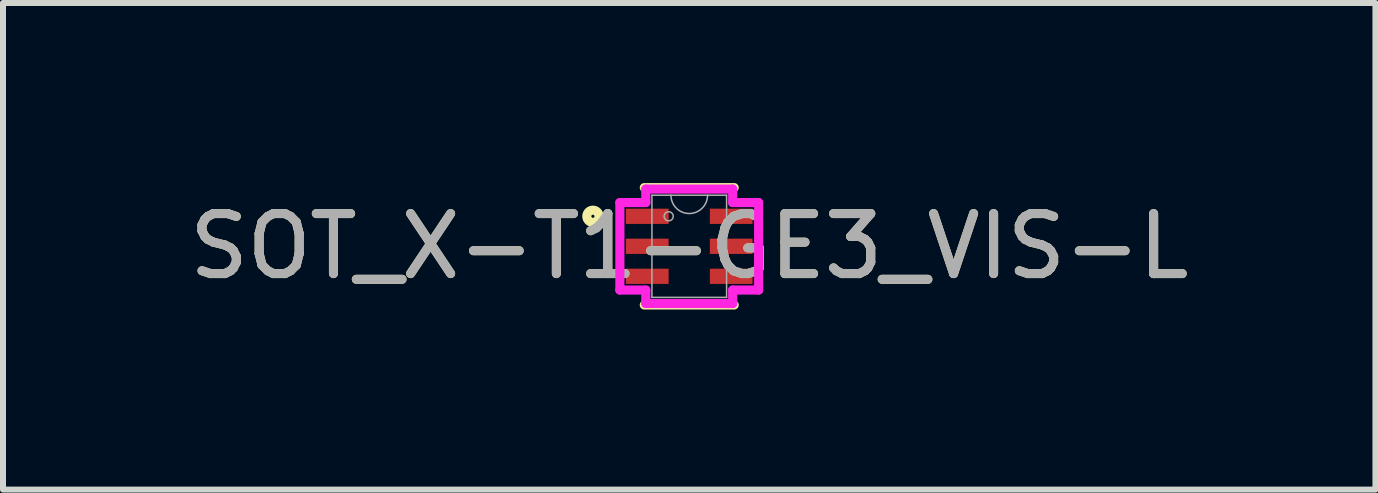
<source format=kicad_pcb>
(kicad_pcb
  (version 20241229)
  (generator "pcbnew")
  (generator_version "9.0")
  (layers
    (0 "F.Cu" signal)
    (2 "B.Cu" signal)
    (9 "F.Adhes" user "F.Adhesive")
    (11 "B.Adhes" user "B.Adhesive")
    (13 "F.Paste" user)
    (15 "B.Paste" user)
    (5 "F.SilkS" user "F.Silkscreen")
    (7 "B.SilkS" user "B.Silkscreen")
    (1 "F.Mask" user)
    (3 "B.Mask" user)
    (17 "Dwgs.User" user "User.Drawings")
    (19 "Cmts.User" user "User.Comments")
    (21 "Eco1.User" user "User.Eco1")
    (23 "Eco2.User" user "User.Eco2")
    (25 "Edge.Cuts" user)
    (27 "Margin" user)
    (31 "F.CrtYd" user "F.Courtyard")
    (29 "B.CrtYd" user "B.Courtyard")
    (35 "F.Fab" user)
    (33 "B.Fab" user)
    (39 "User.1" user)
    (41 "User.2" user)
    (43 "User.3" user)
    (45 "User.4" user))
  (footprint "SOT_X-T1-GE3_VIS-L"
    (layer "F.Cu")
    (at 8.435 1.054)
    (property "Reference" "SOT_X-T1-GE3_VIS-L" (at 0 0 0) (unlocked yes) (layer "F.SilkS") (effects (font (size 1 1) (thickness 0.15))))
    (attr smd)
    (fp_line (start -0.749 0.978) (end 0.749 0.978) (stroke (width 0.152) (type solid)) (layer "F.SilkS"))
    (fp_line (start 0.749 -0.978) (end -0.749 -0.978) (stroke (width 0.152) (type solid)) (layer "F.SilkS"))
    (fp_circle (center -1.605 -0.5) (end -1.503 -0.5) (stroke (width 0.152) (type solid)) (fill no) (layer "F.SilkS"))
    (fp_line (start -1.156 -0.729) (end -0.724 -0.729) (stroke (width 0.152) (type solid)) (layer "F.CrtYd"))
    (fp_line (start -1.156 0.729) (end -1.156 -0.729) (stroke (width 0.152) (type solid)) (layer "F.CrtYd"))
    (fp_line (start -1.156 0.729) (end -0.724 0.729) (stroke (width 0.152) (type solid)) (layer "F.CrtYd"))
    (fp_line (start -0.724 -0.953) (end 0.724 -0.953) (stroke (width 0.152) (type solid)) (layer "F.CrtYd"))
    (fp_line (start -0.724 -0.729) (end -0.724 -0.953) (stroke (width 0.152) (type solid)) (layer "F.CrtYd"))
    (fp_line (start -0.724 0.953) (end -0.724 0.729) (stroke (width 0.152) (type solid)) (layer "F.CrtYd"))
    (fp_line (start 0.724 -0.953) (end 0.724 -0.729) (stroke (width 0.152) (type solid)) (layer "F.CrtYd"))
    (fp_line (start 0.724 0.729) (end 0.724 0.953) (stroke (width 0.152) (type solid)) (layer "F.CrtYd"))
    (fp_line (start 0.724 0.953) (end -0.724 0.953) (stroke (width 0.152) (type solid)) (layer "F.CrtYd"))
    (fp_line (start 1.156 -0.729) (end 0.724 -0.729) (stroke (width 0.152) (type solid)) (layer "F.CrtYd"))
    (fp_line (start 1.156 -0.729) (end 1.156 0.729) (stroke (width 0.152) (type solid)) (layer "F.CrtYd"))
    (fp_line (start 1.156 0.729) (end 0.724 0.729) (stroke (width 0.152) (type solid)) (layer "F.CrtYd"))
    (fp_line (start -0.622 -0.851) (end -0.622 0.851) (stroke (width 0.025) (type solid)) (layer "F.Fab"))
    (fp_line (start -0.622 0.851) (end 0.622 0.851) (stroke (width 0.025) (type solid)) (layer "F.Fab"))
    (fp_line (start 0.622 -0.851) (end -0.622 -0.851) (stroke (width 0.025) (type solid)) (layer "F.Fab"))
    (fp_line (start 0.622 0.851) (end 0.622 -0.851) (stroke (width 0.025) (type solid)) (layer "F.Fab"))
    (fp_arc (start 0.3048 -0.8509) (mid 0 -0.5461) (end -0.3048 -0.8509) (stroke (width 0.0254) (type solid)) (layer "F.Fab"))
    (fp_circle (center -0.343 -0.5) (end -0.267 -0.5) (stroke (width 0.025) (type solid)) (fill no) (layer "F.Fab"))
    (fp_text user "${REFERENCE}" (at 0 0 0) (unlocked yes) (layer "F.Fab") (effects (font (size 1 1) (thickness 0.15))))
    (pad "1" smd rect (at -0.699 -0.5) (size 0.711 0.254) (layers "F.Cu" "F.Mask" "F.Paste"))
    (pad "2" smd rect (at -0.699 0) (size 0.711 0.254) (layers "F.Cu" "F.Mask" "F.Paste"))
    (pad "3" smd rect (at -0.699 0.5) (size 0.711 0.254) (layers "F.Cu" "F.Mask" "F.Paste"))
    (pad "4" smd rect (at 0.699 0.5) (size 0.711 0.254) (layers "F.Cu" "F.Mask" "F.Paste"))
    (pad "5" smd rect (at 0.699 0) (size 0.711 0.254) (layers "F.Cu" "F.Mask" "F.Paste"))
    (pad "6" smd rect (at 0.699 -0.5) (size 0.711 0.254) (layers "F.Cu" "F.Mask" "F.Paste")))
  (gr_rect
    (start -3 -3)
    (end 19.869 5.108)
    (stroke (width 0.1) (type default))
    (fill no)
    (layer "Edge.Cuts")))
</source>
